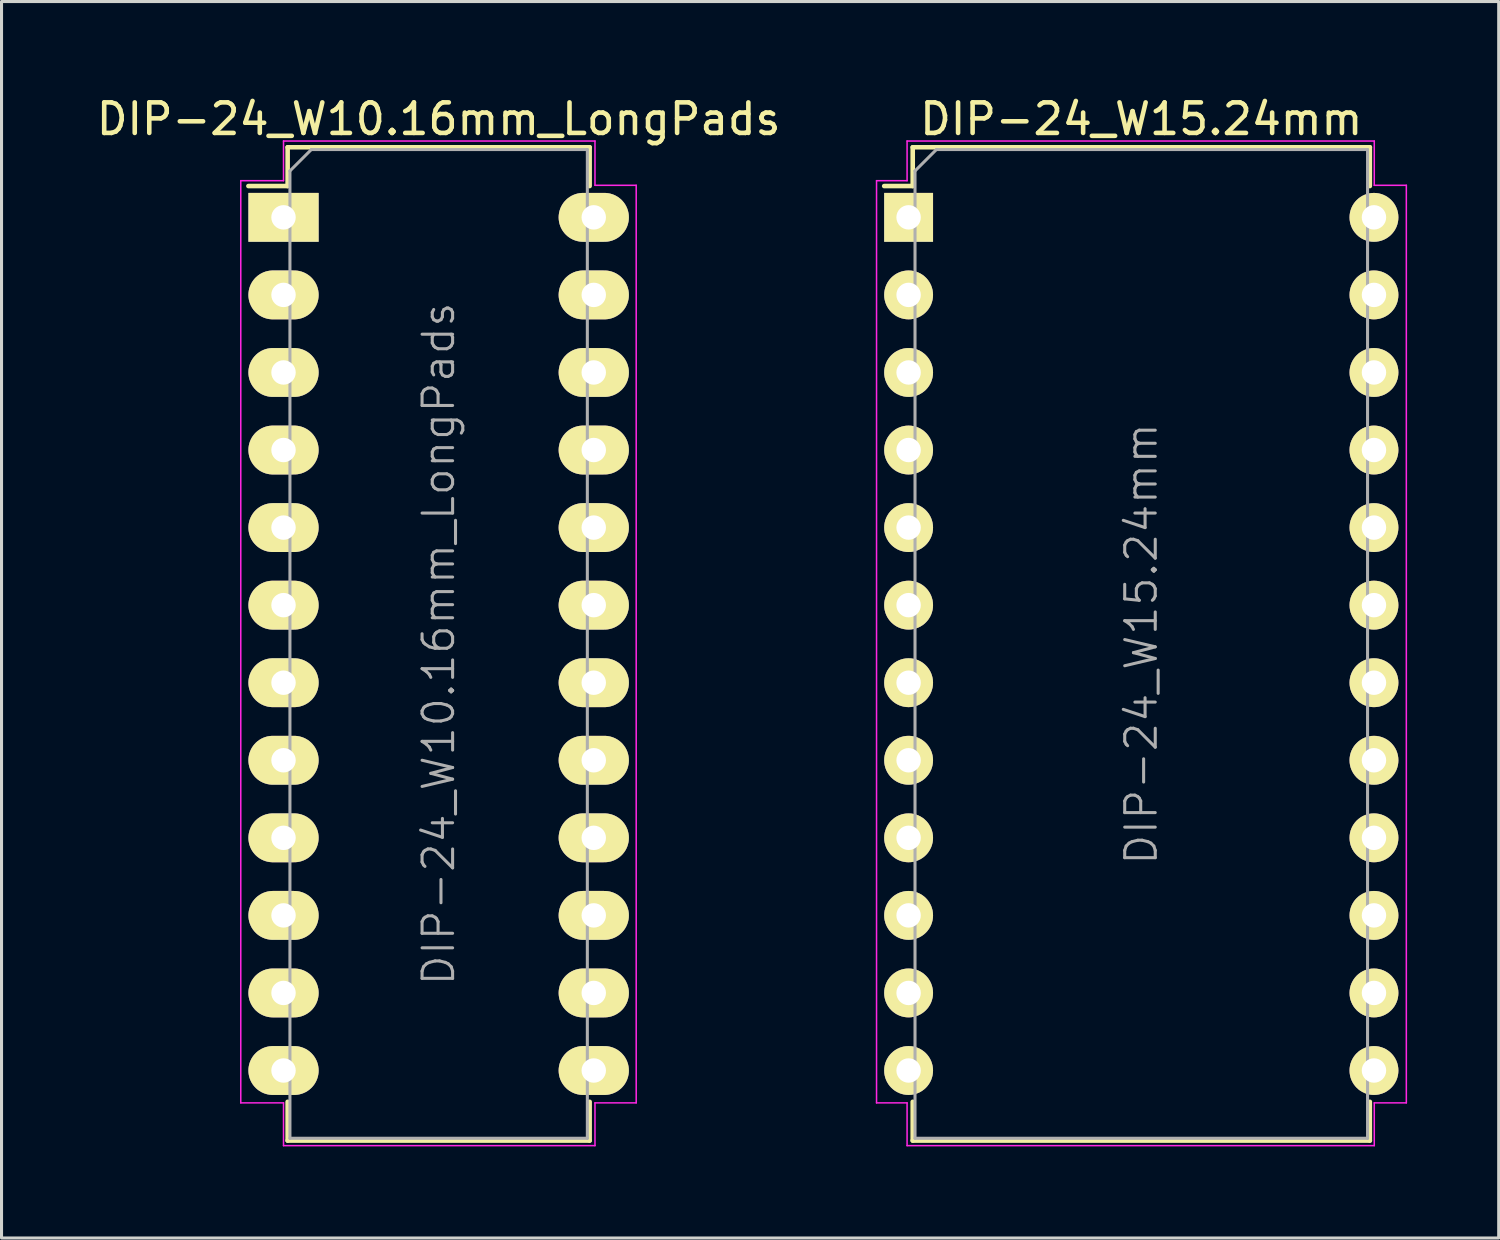
<source format=kicad_pcb>
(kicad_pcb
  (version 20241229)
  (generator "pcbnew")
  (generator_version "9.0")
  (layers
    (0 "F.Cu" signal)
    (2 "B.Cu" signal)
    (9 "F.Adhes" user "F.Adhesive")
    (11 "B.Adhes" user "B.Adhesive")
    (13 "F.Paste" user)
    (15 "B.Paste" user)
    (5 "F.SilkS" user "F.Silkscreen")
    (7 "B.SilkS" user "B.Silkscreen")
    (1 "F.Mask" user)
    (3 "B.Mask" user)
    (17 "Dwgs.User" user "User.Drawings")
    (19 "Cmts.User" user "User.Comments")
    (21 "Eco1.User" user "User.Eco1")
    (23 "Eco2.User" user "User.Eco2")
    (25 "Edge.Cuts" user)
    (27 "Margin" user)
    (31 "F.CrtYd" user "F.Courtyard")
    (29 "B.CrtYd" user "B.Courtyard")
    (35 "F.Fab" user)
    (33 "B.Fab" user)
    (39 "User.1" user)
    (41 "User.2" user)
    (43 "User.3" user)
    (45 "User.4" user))
  (footprint "DIP-24_W10.16mm_LongPads"
    (layer "F.Cu")
    (at 6.235 4.068)
    (property "Reference" "DIP-24_W10.16mm_LongPads" (at 5.08 -3.22 0) (layer "F.SilkS") (effects (font (size 1 1) (thickness 0.15))))
    (attr smd)
    (fp_line (start 0.135 -2.295) (end 0.135 -1.025) (stroke (width 0.15) (type solid)) (layer "F.SilkS"))
    (fp_line (start 0.135 -2.295) (end 10.025 -2.295) (stroke (width 0.15) (type solid)) (layer "F.SilkS"))
    (fp_line (start 0.135 -1.025) (end -1.15 -1.025) (stroke (width 0.15) (type solid)) (layer "F.SilkS"))
    (fp_line (start 0.135 30.235) (end 0.135 28.965) (stroke (width 0.15) (type solid)) (layer "F.SilkS"))
    (fp_line (start 0.135 30.235) (end 10.025 30.235) (stroke (width 0.15) (type solid)) (layer "F.SilkS"))
    (fp_line (start 10.025 -2.295) (end 10.025 -1.025) (stroke (width 0.15) (type solid)) (layer "F.SilkS"))
    (fp_line (start 10.025 30.235) (end 10.025 28.965) (stroke (width 0.15) (type solid)) (layer "F.SilkS"))
    (fp_line (start -1.4 -1.2) (end -1.4 29) (stroke (width 0.05) (type solid)) (layer "F.CrtYd"))
    (fp_line (start -1.4 -1.2) (end 0 -1.2) (stroke (width 0.05) (type solid)) (layer "F.CrtYd"))
    (fp_line (start -1.4 29) (end 0 29) (stroke (width 0.05) (type solid)) (layer "F.CrtYd"))
    (fp_line (start 0 -2.5) (end 0 -1.2) (stroke (width 0.05) (type solid)) (layer "F.CrtYd"))
    (fp_line (start 0 30.4) (end 0 29) (stroke (width 0.05) (type solid)) (layer "F.CrtYd"))
    (fp_line (start 10.2 -2.5) (end 0 -2.5) (stroke (width 0.05) (type solid)) (layer "F.CrtYd"))
    (fp_line (start 10.2 -2.5) (end 10.2 -1.05) (stroke (width 0.05) (type solid)) (layer "F.CrtYd"))
    (fp_line (start 10.2 30.4) (end 0 30.4) (stroke (width 0.05) (type solid)) (layer "F.CrtYd"))
    (fp_line (start 10.2 30.4) (end 10.2 29) (stroke (width 0.05) (type solid)) (layer "F.CrtYd"))
    (fp_line (start 11.55 -1.05) (end 10.2 -1.05) (stroke (width 0.05) (type solid)) (layer "F.CrtYd"))
    (fp_line (start 11.55 -1.05) (end 11.55 29) (stroke (width 0.05) (type solid)) (layer "F.CrtYd"))
    (fp_line (start 11.55 29) (end 10.2 29) (stroke (width 0.05) (type solid)) (layer "F.CrtYd"))
    (fp_line (start 0.21 -1.52) (end 0.91 -2.22) (stroke (width 0.1) (type solid)) (layer "F.Fab"))
    (fp_line (start 0.21 30.16) (end 0.21 -1.52) (stroke (width 0.1) (type solid)) (layer "F.Fab"))
    (fp_line (start 9.95 -2.22) (end 0.91 -2.22) (stroke (width 0.1) (type solid)) (layer "F.Fab"))
    (fp_line (start 9.95 30.16) (end 0.21 30.16) (stroke (width 0.1) (type solid)) (layer "F.Fab"))
    (fp_line (start 9.95 30.16) (end 9.95 -2.22) (stroke (width 0.1) (type solid)) (layer "F.Fab"))
    (fp_text user "${REFERENCE}" (at 5.08 13.97 90) (layer "F.Fab") (effects (font (size 1 1) (thickness 0.1))))
    (pad "1" thru_hole rect (at 0 0) (size 2.3 1.6) (drill 0.8) (layers "*.Cu" "*.Mask" "F.SilkS"))
    (pad "2" thru_hole oval (at 0 2.54) (size 2.3 1.6) (drill 0.8) (layers "*.Cu" "*.Mask" "F.SilkS"))
    (pad "3" thru_hole oval (at 0 5.08) (size 2.3 1.6) (drill 0.8) (layers "*.Cu" "*.Mask" "F.SilkS"))
    (pad "4" thru_hole oval (at 0 7.62) (size 2.3 1.6) (drill 0.8) (layers "*.Cu" "*.Mask" "F.SilkS"))
    (pad "5" thru_hole oval (at 0 10.16) (size 2.3 1.6) (drill 0.8) (layers "*.Cu" "*.Mask" "F.SilkS"))
    (pad "6" thru_hole oval (at 0 12.7) (size 2.3 1.6) (drill 0.8) (layers "*.Cu" "*.Mask" "F.SilkS"))
    (pad "7" thru_hole oval (at 0 15.24) (size 2.3 1.6) (drill 0.8) (layers "*.Cu" "*.Mask" "F.SilkS"))
    (pad "8" thru_hole oval (at 0 17.78) (size 2.3 1.6) (drill 0.8) (layers "*.Cu" "*.Mask" "F.SilkS"))
    (pad "9" thru_hole oval (at 0 20.32) (size 2.3 1.6) (drill 0.8) (layers "*.Cu" "*.Mask" "F.SilkS"))
    (pad "10" thru_hole oval (at 0 22.86) (size 2.3 1.6) (drill 0.8) (layers "*.Cu" "*.Mask" "F.SilkS"))
    (pad "11" thru_hole oval (at 0 25.4) (size 2.3 1.6) (drill 0.8) (layers "*.Cu" "*.Mask" "F.SilkS"))
    (pad "12" thru_hole oval (at 0 27.94) (size 2.3 1.6) (drill 0.8) (layers "*.Cu" "*.Mask" "F.SilkS"))
    (pad "13" thru_hole oval (at 10.16 27.94) (size 2.3 1.6) (drill 0.8) (layers "*.Cu" "*.Mask" "F.SilkS"))
    (pad "14" thru_hole oval (at 10.16 25.4) (size 2.3 1.6) (drill 0.8) (layers "*.Cu" "*.Mask" "F.SilkS"))
    (pad "15" thru_hole oval (at 10.16 22.86) (size 2.3 1.6) (drill 0.8) (layers "*.Cu" "*.Mask" "F.SilkS"))
    (pad "16" thru_hole oval (at 10.16 20.32) (size 2.3 1.6) (drill 0.8) (layers "*.Cu" "*.Mask" "F.SilkS"))
    (pad "17" thru_hole oval (at 10.16 17.78) (size 2.3 1.6) (drill 0.8) (layers "*.Cu" "*.Mask" "F.SilkS"))
    (pad "18" thru_hole oval (at 10.16 15.24) (size 2.3 1.6) (drill 0.8) (layers "*.Cu" "*.Mask" "F.SilkS"))
    (pad "19" thru_hole oval (at 10.16 12.7) (size 2.3 1.6) (drill 0.8) (layers "*.Cu" "*.Mask" "F.SilkS"))
    (pad "20" thru_hole oval (at 10.16 10.16) (size 2.3 1.6) (drill 0.8) (layers "*.Cu" "*.Mask" "F.SilkS"))
    (pad "21" thru_hole oval (at 10.16 7.62) (size 2.3 1.6) (drill 0.8) (layers "*.Cu" "*.Mask" "F.SilkS"))
    (pad "22" thru_hole oval (at 10.16 5.08) (size 2.3 1.6) (drill 0.8) (layers "*.Cu" "*.Mask" "F.SilkS"))
    (pad "23" thru_hole oval (at 10.16 2.54) (size 2.3 1.6) (drill 0.8) (layers "*.Cu" "*.Mask" "F.SilkS"))
    (pad "24" thru_hole oval (at 10.16 0) (size 2.3 1.6) (drill 0.8) (layers "*.Cu" "*.Mask" "F.SilkS")))
  (footprint "DIP-24_W15.24mm"
    (layer "F.Cu")
    (at 26.706 4.068)
    (property "Reference" "DIP-24_W15.24mm" (at 7.62 -3.22 0) (layer "F.SilkS") (effects (font (size 1 1) (thickness 0.15))))
    (attr smd)
    (fp_line (start 0.135 -2.295) (end 0.135 -1.025) (stroke (width 0.15) (type solid)) (layer "F.SilkS"))
    (fp_line (start 0.135 -2.295) (end 15.105 -2.295) (stroke (width 0.15) (type solid)) (layer "F.SilkS"))
    (fp_line (start 0.135 -1.025) (end -0.8 -1.025) (stroke (width 0.15) (type solid)) (layer "F.SilkS"))
    (fp_line (start 0.135 30.235) (end 0.135 28.965) (stroke (width 0.15) (type solid)) (layer "F.SilkS"))
    (fp_line (start 0.135 30.235) (end 15.105 30.235) (stroke (width 0.15) (type solid)) (layer "F.SilkS"))
    (fp_line (start 15.105 -2.295) (end 15.105 -1.025) (stroke (width 0.15) (type solid)) (layer "F.SilkS"))
    (fp_line (start 15.105 30.235) (end 15.105 28.965) (stroke (width 0.15) (type solid)) (layer "F.SilkS"))
    (fp_line (start -1.05 -1.2) (end -1.05 29) (stroke (width 0.05) (type solid)) (layer "F.CrtYd"))
    (fp_line (start -1.05 -1.2) (end -0.05 -1.2) (stroke (width 0.05) (type solid)) (layer "F.CrtYd"))
    (fp_line (start -1.05 29) (end -0.05 29) (stroke (width 0.05) (type solid)) (layer "F.CrtYd"))
    (fp_line (start -0.05 -2.5) (end -0.05 -1.2) (stroke (width 0.05) (type solid)) (layer "F.CrtYd"))
    (fp_line (start -0.05 30.4) (end -0.05 29) (stroke (width 0.05) (type solid)) (layer "F.CrtYd"))
    (fp_line (start 15.25 -2.5) (end -0.05 -2.5) (stroke (width 0.05) (type solid)) (layer "F.CrtYd"))
    (fp_line (start 15.25 -2.5) (end 15.25 -1.05) (stroke (width 0.05) (type solid)) (layer "F.CrtYd"))
    (fp_line (start 15.25 30.4) (end -0.05 30.4) (stroke (width 0.05) (type solid)) (layer "F.CrtYd"))
    (fp_line (start 15.25 30.4) (end 15.25 29) (stroke (width 0.05) (type solid)) (layer "F.CrtYd"))
    (fp_line (start 16.3 -1.05) (end 15.25 -1.05) (stroke (width 0.05) (type solid)) (layer "F.CrtYd"))
    (fp_line (start 16.3 -1.05) (end 16.3 29) (stroke (width 0.05) (type solid)) (layer "F.CrtYd"))
    (fp_line (start 16.3 29) (end 15.25 29) (stroke (width 0.05) (type solid)) (layer "F.CrtYd"))
    (fp_line (start 0.21 -1.52) (end 0.91 -2.22) (stroke (width 0.1) (type solid)) (layer "F.Fab"))
    (fp_line (start 0.21 30.16) (end 0.21 -1.52) (stroke (width 0.1) (type solid)) (layer "F.Fab"))
    (fp_line (start 15.03 -2.22) (end 0.91 -2.22) (stroke (width 0.1) (type solid)) (layer "F.Fab"))
    (fp_line (start 15.03 30.16) (end 0.21 30.16) (stroke (width 0.1) (type solid)) (layer "F.Fab"))
    (fp_line (start 15.03 30.16) (end 15.03 -2.22) (stroke (width 0.1) (type solid)) (layer "F.Fab"))
    (fp_text user "${REFERENCE}" (at 7.62 13.97 90) (layer "F.Fab") (effects (font (size 1 1) (thickness 0.1))))
    (pad "1" thru_hole rect (at 0 0) (size 1.6 1.6) (drill 0.8) (layers "*.Cu" "*.Mask" "F.SilkS"))
    (pad "2" thru_hole oval (at 0 2.54) (size 1.6 1.6) (drill 0.8) (layers "*.Cu" "*.Mask" "F.SilkS"))
    (pad "3" thru_hole oval (at 0 5.08) (size 1.6 1.6) (drill 0.8) (layers "*.Cu" "*.Mask" "F.SilkS"))
    (pad "4" thru_hole oval (at 0 7.62) (size 1.6 1.6) (drill 0.8) (layers "*.Cu" "*.Mask" "F.SilkS"))
    (pad "5" thru_hole oval (at 0 10.16) (size 1.6 1.6) (drill 0.8) (layers "*.Cu" "*.Mask" "F.SilkS"))
    (pad "6" thru_hole oval (at 0 12.7) (size 1.6 1.6) (drill 0.8) (layers "*.Cu" "*.Mask" "F.SilkS"))
    (pad "7" thru_hole oval (at 0 15.24) (size 1.6 1.6) (drill 0.8) (layers "*.Cu" "*.Mask" "F.SilkS"))
    (pad "8" thru_hole oval (at 0 17.78) (size 1.6 1.6) (drill 0.8) (layers "*.Cu" "*.Mask" "F.SilkS"))
    (pad "9" thru_hole oval (at 0 20.32) (size 1.6 1.6) (drill 0.8) (layers "*.Cu" "*.Mask" "F.SilkS"))
    (pad "10" thru_hole oval (at 0 22.86) (size 1.6 1.6) (drill 0.8) (layers "*.Cu" "*.Mask" "F.SilkS"))
    (pad "11" thru_hole oval (at 0 25.4) (size 1.6 1.6) (drill 0.8) (layers "*.Cu" "*.Mask" "F.SilkS"))
    (pad "12" thru_hole oval (at 0 27.94) (size 1.6 1.6) (drill 0.8) (layers "*.Cu" "*.Mask" "F.SilkS"))
    (pad "13" thru_hole oval (at 15.24 27.94) (size 1.6 1.6) (drill 0.8) (layers "*.Cu" "*.Mask" "F.SilkS"))
    (pad "14" thru_hole oval (at 15.24 25.4) (size 1.6 1.6) (drill 0.8) (layers "*.Cu" "*.Mask" "F.SilkS"))
    (pad "15" thru_hole oval (at 15.24 22.86) (size 1.6 1.6) (drill 0.8) (layers "*.Cu" "*.Mask" "F.SilkS"))
    (pad "16" thru_hole oval (at 15.24 20.32) (size 1.6 1.6) (drill 0.8) (layers "*.Cu" "*.Mask" "F.SilkS"))
    (pad "17" thru_hole oval (at 15.24 17.78) (size 1.6 1.6) (drill 0.8) (layers "*.Cu" "*.Mask" "F.SilkS"))
    (pad "18" thru_hole oval (at 15.24 15.24) (size 1.6 1.6) (drill 0.8) (layers "*.Cu" "*.Mask" "F.SilkS"))
    (pad "19" thru_hole oval (at 15.24 12.7) (size 1.6 1.6) (drill 0.8) (layers "*.Cu" "*.Mask" "F.SilkS"))
    (pad "20" thru_hole oval (at 15.24 10.16) (size 1.6 1.6) (drill 0.8) (layers "*.Cu" "*.Mask" "F.SilkS"))
    (pad "21" thru_hole oval (at 15.24 7.62) (size 1.6 1.6) (drill 0.8) (layers "*.Cu" "*.Mask" "F.SilkS"))
    (pad "22" thru_hole oval (at 15.24 5.08) (size 1.6 1.6) (drill 0.8) (layers "*.Cu" "*.Mask" "F.SilkS"))
    (pad "23" thru_hole oval (at 15.24 2.54) (size 1.6 1.6) (drill 0.8) (layers "*.Cu" "*.Mask" "F.SilkS"))
    (pad "24" thru_hole oval (at 15.24 0) (size 1.6 1.6) (drill 0.8) (layers "*.Cu" "*.Mask" "F.SilkS")))
  (gr_rect
    (start -3 -3)
    (end 46.031 37.493)
    (stroke (width 0.1) (type default))
    (fill no)
    (layer "Edge.Cuts")))
</source>
